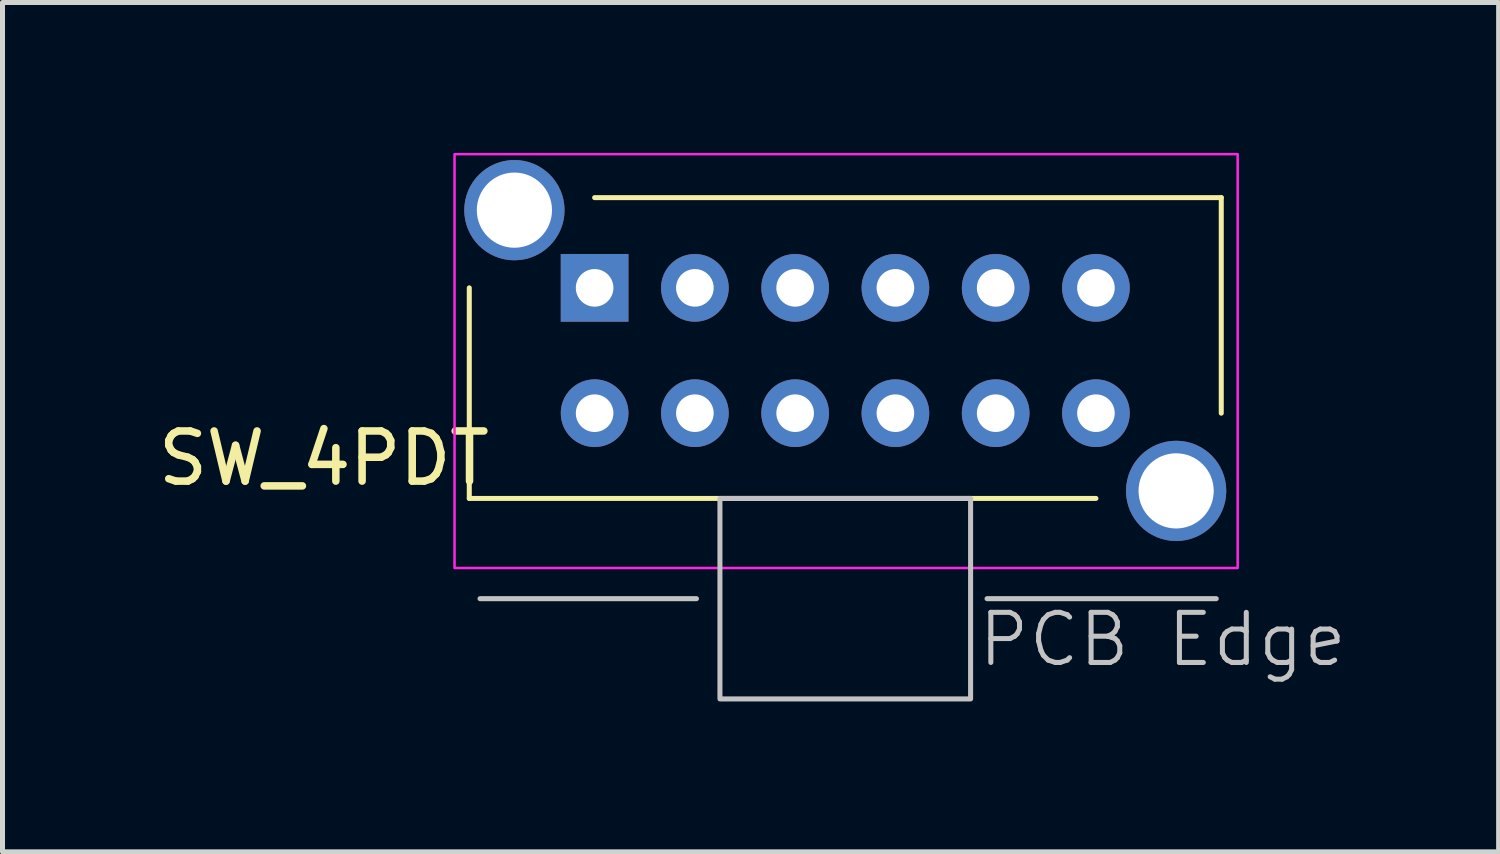
<source format=kicad_pcb>
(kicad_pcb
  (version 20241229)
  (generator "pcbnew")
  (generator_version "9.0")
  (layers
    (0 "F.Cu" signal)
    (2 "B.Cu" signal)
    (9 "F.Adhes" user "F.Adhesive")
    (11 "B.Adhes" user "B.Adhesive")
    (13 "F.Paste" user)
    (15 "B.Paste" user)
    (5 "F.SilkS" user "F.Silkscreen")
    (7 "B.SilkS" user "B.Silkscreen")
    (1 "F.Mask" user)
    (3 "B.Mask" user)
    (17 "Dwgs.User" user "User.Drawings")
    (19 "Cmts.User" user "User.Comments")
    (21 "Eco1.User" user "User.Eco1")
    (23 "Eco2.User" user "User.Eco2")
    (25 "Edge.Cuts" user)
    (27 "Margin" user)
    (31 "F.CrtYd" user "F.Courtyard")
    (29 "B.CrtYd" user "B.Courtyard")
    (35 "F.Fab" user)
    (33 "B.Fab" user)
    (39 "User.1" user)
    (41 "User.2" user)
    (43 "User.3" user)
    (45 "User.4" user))
  (footprint "SW_4PDT"
    (layer "F.Cu")
    (at 8.811 2.692)
    (property "Reference" "SW_4PDT" (at -5.4 3.4 0) (unlocked yes) (layer "F.SilkS") (effects (font (size 1 1) (thickness 0.15))))
    (attr through_hole)
    (fp_line (start -2.5 0) (end -2.5 4.2) (stroke (width 0.1) (type default)) (layer "F.SilkS"))
    (fp_line (start -2.5 4.2) (end 10 4.2) (stroke (width 0.1) (type default)) (layer "F.SilkS"))
    (fp_line (start 0 -1.8) (end 12.5 -1.8) (stroke (width 0.1) (type default)) (layer "F.SilkS"))
    (fp_line (start 12.5 -1.8) (end 12.5 2.5) (stroke (width 0.1) (type default)) (layer "F.SilkS"))
    (fp_line (start 2.032 6.2) (end -2.286 6.2) (stroke (width 0.1) (type default)) (layer "Dwgs.User"))
    (fp_line (start 12.4 6.2) (end 7.828 6.2) (stroke (width 0.1) (type default)) (layer "Dwgs.User"))
    (fp_rect (start 2.5 4.2) (end 7.5 8.2) (stroke (width 0.1) (type default)) (fill no) (layer "Dwgs.User"))
    (fp_rect (start -2.794 -2.667) (end 12.827 5.588) (stroke (width 0.05) (type default)) (fill no) (layer "F.CrtYd"))
    (fp_text user "PCB Edge" (at 7.6 7.6 0) (unlocked yes) (layer "Dwgs.User") (effects (font (size 1 1) (thickness 0.1)) (justify left bottom)))
    (pad "1" thru_hole rect (at 0 0) (size 1.35 1.35) (drill 0.75) (layers "*.Cu" "*.Mask"))
    (pad "2" thru_hole circle (at 2 0) (size 1.35 1.35) (drill 0.75) (layers "*.Cu" "*.Mask"))
    (pad "3" thru_hole circle (at 4 0) (size 1.35 1.35) (drill 0.75) (layers "*.Cu" "*.Mask"))
    (pad "4" thru_hole circle (at 6 0) (size 1.35 1.35) (drill 0.75) (layers "*.Cu" "*.Mask"))
    (pad "5" thru_hole circle (at 8 0) (size 1.35 1.35) (drill 0.75) (layers "*.Cu" "*.Mask"))
    (pad "6" thru_hole circle (at 10 0) (size 1.35 1.35) (drill 0.75) (layers "*.Cu" "*.Mask"))
    (pad "7" thru_hole circle (at 0 2.5) (size 1.35 1.35) (drill 0.75) (layers "*.Cu" "*.Mask"))
    (pad "8" thru_hole circle (at 2 2.5) (size 1.35 1.35) (drill 0.75) (layers "*.Cu" "*.Mask"))
    (pad "9" thru_hole circle (at 4 2.5) (size 1.35 1.35) (drill 0.75) (layers "*.Cu" "*.Mask"))
    (pad "10" thru_hole circle (at 6 2.5) (size 1.35 1.35) (drill 0.75) (layers "*.Cu" "*.Mask"))
    (pad "11" thru_hole circle (at 8 2.5) (size 1.35 1.35) (drill 0.75) (layers "*.Cu" "*.Mask"))
    (pad "12" thru_hole circle (at 10 2.5) (size 1.35 1.35) (drill 0.75) (layers "*.Cu" "*.Mask"))
    (pad "13" thru_hole circle (at -1.6 -1.55) (size 2 2) (drill 1.5) (layers "*.Cu" "*.Mask"))
    (pad "14" thru_hole circle (at 11.6 4.05) (size 2 2) (drill 1.5) (layers "*.Cu" "*.Mask")))
  (gr_rect
    (start -3 -3)
    (end 26.844 13.942)
    (stroke (width 0.1) (type default))
    (fill no)
    (layer "Edge.Cuts")))
</source>
